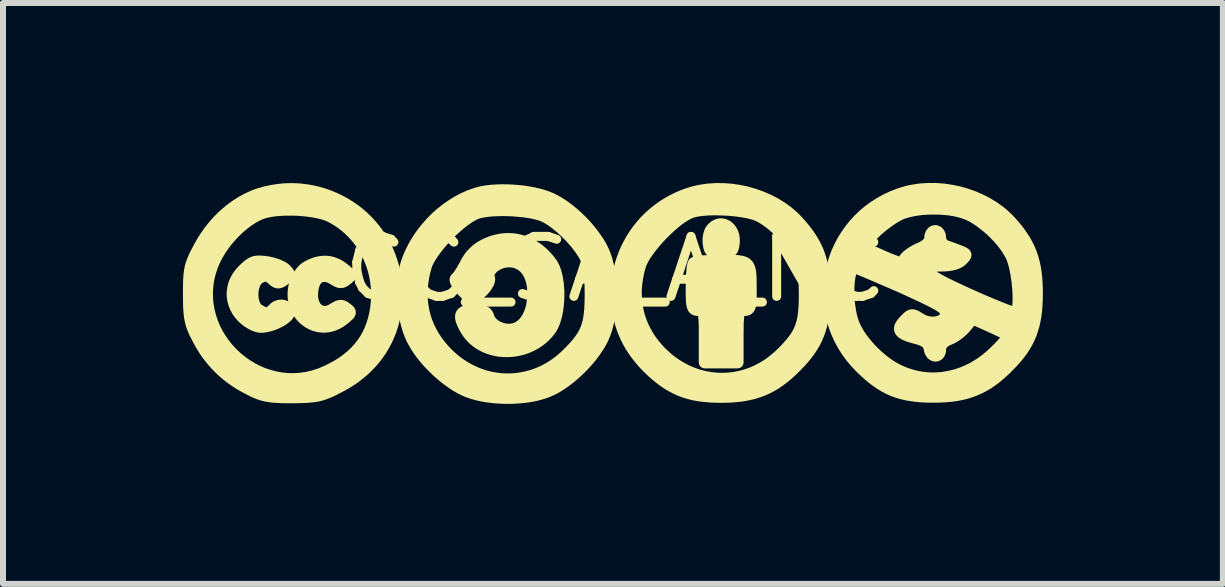
<source format=kicad_pcb>
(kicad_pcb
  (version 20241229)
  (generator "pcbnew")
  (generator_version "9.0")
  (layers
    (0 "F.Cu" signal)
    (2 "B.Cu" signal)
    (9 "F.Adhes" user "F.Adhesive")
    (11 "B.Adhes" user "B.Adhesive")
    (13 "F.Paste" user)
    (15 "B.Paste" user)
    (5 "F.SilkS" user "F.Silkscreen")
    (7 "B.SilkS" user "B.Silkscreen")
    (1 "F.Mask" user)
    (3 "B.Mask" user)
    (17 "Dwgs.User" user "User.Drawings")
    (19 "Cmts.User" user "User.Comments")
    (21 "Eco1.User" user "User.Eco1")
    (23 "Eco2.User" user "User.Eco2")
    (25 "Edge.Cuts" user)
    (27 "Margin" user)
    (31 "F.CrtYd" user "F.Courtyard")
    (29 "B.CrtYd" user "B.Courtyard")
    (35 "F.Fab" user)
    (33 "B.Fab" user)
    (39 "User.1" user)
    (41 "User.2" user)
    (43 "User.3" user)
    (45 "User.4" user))
  (footprint "CC_SA_A_NC"
    (layer "F.Cu")
    (at 7.207 1.936)
    (property "Reference" "CC_SA_A_NC" (at 0 -0.5 0) (unlocked yes) (layer "F.SilkS") (effects (font (size 1 1) (thickness 0.15))))
    (attr smd)
    (fp_poly (pts (xy 1.783 -1.245) (xy 1.799 -1.242) (xy 1.815 -1.238) (xy 1.83 -1.232) (xy 1.845 -1.225) (xy 1.86 -1.217) (xy 1.874 -1.207) (xy 1.888 -1.196) (xy 1.9 -1.184) (xy 1.912 -1.17) (xy 1.924 -1.156) (xy 1.934 -1.14) (xy 1.943 -1.123) (xy 1.952 -1.105) (xy 1.959 -1.086) (xy 1.965 -1.066) (xy 1.97 -1.045) (xy 1.973 -1.024) (xy 1.976 -1.001) (xy 1.976 -0.978) (xy 1.976 -0.954) (xy 1.974 -0.929) (xy 1.97 -0.905) (xy 1.967 -0.883) (xy 1.963 -0.864) (xy 1.958 -0.848) (xy 1.955 -0.84) (xy 1.952 -0.833) (xy 1.949 -0.827) (xy 1.945 -0.821) (xy 1.941 -0.815) (xy 1.937 -0.81) (xy 1.932 -0.806) (xy 1.927 -0.801) (xy 1.921 -0.798) (xy 1.915 -0.794) (xy 1.909 -0.791) (xy 1.902 -0.789) (xy 1.894 -0.786) (xy 1.886 -0.784) (xy 1.867 -0.781) (xy 1.846 -0.779) (xy 1.823 -0.777) (xy 1.796 -0.776) (xy 1.766 -0.776) (xy 1.736 -0.776) (xy 1.709 -0.777) (xy 1.685 -0.779) (xy 1.664 -0.781) (xy 1.655 -0.782) (xy 1.646 -0.784) (xy 1.638 -0.786) (xy 1.63 -0.789) (xy 1.623 -0.791) (xy 1.616 -0.794) (xy 1.61 -0.798) (xy 1.605 -0.801) (xy 1.599 -0.806) (xy 1.595 -0.81) (xy 1.59 -0.815) (xy 1.586 -0.821) (xy 1.583 -0.827) (xy 1.579 -0.833) (xy 1.576 -0.84) (xy 1.574 -0.848) (xy 1.571 -0.856) (xy 1.569 -0.864) (xy 1.565 -0.883) (xy 1.561 -0.905) (xy 1.558 -0.929) (xy 1.556 -0.946) (xy 1.555 -0.963) (xy 1.555 -0.98) (xy 1.556 -0.997) (xy 1.557 -1.014) (xy 1.559 -1.03) (xy 1.561 -1.047) (xy 1.564 -1.063) (xy 1.568 -1.079) (xy 1.572 -1.094) (xy 1.577 -1.108) (xy 1.582 -1.121) (xy 1.588 -1.134) (xy 1.594 -1.145) (xy 1.6 -1.155) (xy 1.607 -1.164) (xy 1.622 -1.181) (xy 1.637 -1.195) (xy 1.652 -1.208) (xy 1.668 -1.218) (xy 1.684 -1.227) (xy 1.701 -1.235) (xy 1.717 -1.24) (xy 1.734 -1.244) (xy 1.75 -1.246) (xy 1.767 -1.246)) (stroke (width 0.2) (type solid)) (fill yes) (layer "F.SilkS"))
    (fp_poly (pts (xy 1.932 -0.638) (xy 1.997 -0.636) (xy 2.053 -0.632) (xy 2.077 -0.628) (xy 2.1 -0.624) (xy 2.12 -0.619) (xy 2.139 -0.613) (xy 2.156 -0.606) (xy 2.171 -0.598) (xy 2.185 -0.588) (xy 2.197 -0.577) (xy 2.208 -0.565) (xy 2.217 -0.551) (xy 2.225 -0.535) (xy 2.232 -0.518) (xy 2.238 -0.499) (xy 2.243 -0.478) (xy 2.247 -0.455) (xy 2.25 -0.43) (xy 2.255 -0.373) (xy 2.257 -0.306) (xy 2.258 -0.142) (xy 2.258 -0.092) (xy 2.257 -0.047) (xy 2.256 -0.007) (xy 2.255 0.028) (xy 2.253 0.044) (xy 2.252 0.059) (xy 2.251 0.072) (xy 2.249 0.085) (xy 2.247 0.097) (xy 2.245 0.107) (xy 2.243 0.117) (xy 2.24 0.126) (xy 2.237 0.134) (xy 2.234 0.141) (xy 2.23 0.148) (xy 2.226 0.153) (xy 2.222 0.159) (xy 2.217 0.163) (xy 2.212 0.167) (xy 2.207 0.17) (xy 2.201 0.173) (xy 2.195 0.175) (xy 2.188 0.177) (xy 2.181 0.178) (xy 2.174 0.179) (xy 2.166 0.18) (xy 2.157 0.18) (xy 2.148 0.181) (xy 2.131 0.181) (xy 2.115 0.183) (xy 2.102 0.187) (xy 2.09 0.193) (xy 2.079 0.202) (xy 2.071 0.214) (xy 2.063 0.23) (xy 2.057 0.25) (xy 2.052 0.274) (xy 2.048 0.304) (xy 2.045 0.34) (xy 2.042 0.381) (xy 2.04 0.484) (xy 2.039 0.618) (xy 2.039 1.055) (xy 1.492 1.055) (xy 1.492 0.618) (xy 1.492 0.547) (xy 1.492 0.484) (xy 1.491 0.429) (xy 1.489 0.381) (xy 1.488 0.36) (xy 1.487 0.34) (xy 1.485 0.321) (xy 1.484 0.304) (xy 1.482 0.289) (xy 1.48 0.274) (xy 1.477 0.261) (xy 1.475 0.25) (xy 1.472 0.239) (xy 1.468 0.23) (xy 1.465 0.221) (xy 1.461 0.214) (xy 1.457 0.207) (xy 1.452 0.202) (xy 1.447 0.197) (xy 1.442 0.193) (xy 1.436 0.189) (xy 1.43 0.187) (xy 1.423 0.185) (xy 1.416 0.183) (xy 1.409 0.182) (xy 1.401 0.181) (xy 1.392 0.181) (xy 1.383 0.181) (xy 1.366 0.18) (xy 1.35 0.178) (xy 1.336 0.175) (xy 1.325 0.169) (xy 1.319 0.166) (xy 1.314 0.161) (xy 1.31 0.157) (xy 1.305 0.151) (xy 1.298 0.137) (xy 1.292 0.12) (xy 1.286 0.098) (xy 1.282 0.073) (xy 1.279 0.043) (xy 1.277 0.008) (xy 1.275 -0.033) (xy 1.274 -0.079) (xy 1.274 -0.191) (xy 1.275 -0.268) (xy 1.277 -0.341) (xy 1.28 -0.408) (xy 1.282 -0.439) (xy 1.285 -0.468) (xy 1.287 -0.495) (xy 1.29 -0.519) (xy 1.293 -0.541) (xy 1.297 -0.559) (xy 1.3 -0.575) (xy 1.304 -0.587) (xy 1.308 -0.596) (xy 1.31 -0.599) (xy 1.312 -0.601) (xy 1.317 -0.605) (xy 1.327 -0.609) (xy 1.34 -0.613) (xy 1.358 -0.616) (xy 1.403 -0.623) (xy 1.46 -0.629) (xy 1.527 -0.633) (xy 1.603 -0.637) (xy 1.685 -0.639) (xy 1.771 -0.639)) (stroke (width 0.2) (type solid)) (fill yes) (layer "F.SilkS"))
    (fp_poly (pts (xy -4.816 -0.622) (xy -4.798 -0.621) (xy -4.78 -0.619) (xy -4.762 -0.616) (xy -4.744 -0.612) (xy -4.708 -0.603) (xy -4.673 -0.59) (xy -4.639 -0.575) (xy -4.605 -0.557) (xy -4.571 -0.536) (xy -4.538 -0.511) (xy -4.514 -0.492) (xy -4.493 -0.475) (xy -4.475 -0.459) (xy -4.467 -0.452) (xy -4.46 -0.445) (xy -4.453 -0.439) (xy -4.447 -0.433) (xy -4.442 -0.427) (xy -4.438 -0.422) (xy -4.434 -0.417) (xy -4.431 -0.412) (xy -4.429 -0.407) (xy -4.427 -0.402) (xy -4.426 -0.398) (xy -4.425 -0.393) (xy -4.426 -0.389) (xy -4.426 -0.384) (xy -4.428 -0.38) (xy -4.43 -0.376) (xy -4.433 -0.371) (xy -4.436 -0.367) (xy -4.44 -0.362) (xy -4.444 -0.358) (xy -4.45 -0.353) (xy -4.455 -0.348) (xy -4.468 -0.337) (xy -4.484 -0.326) (xy -4.497 -0.315) (xy -4.511 -0.306) (xy -4.523 -0.299) (xy -4.529 -0.295) (xy -4.535 -0.293) (xy -4.541 -0.29) (xy -4.547 -0.288) (xy -4.553 -0.287) (xy -4.559 -0.285) (xy -4.565 -0.284) (xy -4.571 -0.284) (xy -4.577 -0.284) (xy -4.583 -0.284) (xy -4.589 -0.284) (xy -4.595 -0.285) (xy -4.601 -0.287) (xy -4.608 -0.288) (xy -4.614 -0.29) (xy -4.621 -0.293) (xy -4.635 -0.299) (xy -4.65 -0.306) (xy -4.666 -0.315) (xy -4.683 -0.325) (xy -4.702 -0.337) (xy -4.717 -0.345) (xy -4.731 -0.353) (xy -4.745 -0.36) (xy -4.759 -0.367) (xy -4.772 -0.372) (xy -4.786 -0.376) (xy -4.8 -0.38) (xy -4.813 -0.383) (xy -4.826 -0.385) (xy -4.839 -0.386) (xy -4.851 -0.387) (xy -4.863 -0.386) (xy -4.876 -0.385) (xy -4.887 -0.383) (xy -4.899 -0.38) (xy -4.91 -0.377) (xy -4.921 -0.372) (xy -4.931 -0.367) (xy -4.941 -0.361) (xy -4.951 -0.355) (xy -4.961 -0.347) (xy -4.97 -0.339) (xy -4.978 -0.33) (xy -4.987 -0.32) (xy -4.994 -0.31) (xy -5.002 -0.299) (xy -5.009 -0.287) (xy -5.015 -0.274) (xy -5.021 -0.261) (xy -5.026 -0.247) (xy -5.031 -0.232) (xy -5.036 -0.216) (xy -5.043 -0.187) (xy -5.048 -0.158) (xy -5.052 -0.13) (xy -5.054 -0.103) (xy -5.055 -0.076) (xy -5.055 -0.051) (xy -5.053 -0.026) (xy -5.05 -0.002) (xy -5.045 0.021) (xy -5.04 0.043) (xy -5.033 0.063) (xy -5.025 0.083) (xy -5.016 0.102) (xy -5.006 0.119) (xy -4.996 0.135) (xy -4.984 0.149) (xy -4.971 0.163) (xy -4.957 0.174) (xy -4.943 0.185) (xy -4.928 0.194) (xy -4.912 0.201) (xy -4.895 0.207) (xy -4.878 0.211) (xy -4.86 0.213) (xy -4.842 0.214) (xy -4.823 0.213) (xy -4.804 0.21) (xy -4.784 0.205) (xy -4.764 0.199) (xy -4.744 0.19) (xy -4.723 0.179) (xy -4.702 0.166) (xy -4.683 0.155) (xy -4.666 0.145) (xy -4.65 0.136) (xy -4.635 0.129) (xy -4.628 0.125) (xy -4.621 0.123) (xy -4.614 0.12) (xy -4.608 0.118) (xy -4.601 0.117) (xy -4.595 0.115) (xy -4.589 0.114) (xy -4.583 0.114) (xy -4.577 0.114) (xy -4.571 0.114) (xy -4.565 0.114) (xy -4.559 0.115) (xy -4.553 0.117) (xy -4.547 0.118) (xy -4.541 0.12) (xy -4.535 0.123) (xy -4.529 0.125) (xy -4.523 0.129) (xy -4.517 0.132) (xy -4.511 0.136) (xy -4.497 0.145) (xy -4.484 0.155) (xy -4.468 0.167) (xy -4.455 0.178) (xy -4.444 0.188) (xy -4.44 0.192) (xy -4.436 0.197) (xy -4.433 0.201) (xy -4.43 0.206) (xy -4.428 0.21) (xy -4.426 0.214) (xy -4.426 0.219) (xy -4.425 0.223) (xy -4.426 0.227) (xy -4.427 0.232) (xy -4.429 0.237) (xy -4.431 0.242) (xy -4.434 0.247) (xy -4.438 0.252) (xy -4.442 0.257) (xy -4.447 0.263) (xy -4.46 0.275) (xy -4.475 0.289) (xy -4.493 0.305) (xy -4.514 0.322) (xy -4.538 0.341) (xy -4.577 0.37) (xy -4.617 0.394) (xy -4.658 0.415) (xy -4.698 0.431) (xy -4.739 0.444) (xy -4.779 0.453) (xy -4.82 0.458) (xy -4.86 0.46) (xy -4.899 0.458) (xy -4.938 0.453) (xy -4.976 0.445) (xy -5.014 0.434) (xy -5.05 0.419) (xy -5.085 0.402) (xy -5.118 0.383) (xy -5.15 0.36) (xy -5.181 0.336) (xy -5.209 0.308) (xy -5.236 0.279) (xy -5.261 0.247) (xy -5.283 0.214) (xy -5.303 0.178) (xy -5.32 0.141) (xy -5.335 0.102) (xy -5.346 0.061) (xy -5.355 0.019) (xy -5.361 -0.025) (xy -5.363 -0.07) (xy -5.362 -0.116) (xy -5.357 -0.163) (xy -5.349 -0.211) (xy -5.336 -0.26) (xy -5.328 -0.284) (xy -5.318 -0.308) (xy -5.308 -0.331) (xy -5.298 -0.353) (xy -5.286 -0.374) (xy -5.274 -0.395) (xy -5.261 -0.414) (xy -5.248 -0.433) (xy -5.234 -0.451) (xy -5.22 -0.467) (xy -5.205 -0.483) (xy -5.19 -0.498) (xy -5.174 -0.511) (xy -5.157 -0.523) (xy -5.14 -0.534) (xy -5.123 -0.544) (xy -5.083 -0.564) (xy -5.044 -0.581) (xy -5.005 -0.596) (xy -4.966 -0.607) (xy -4.928 -0.615) (xy -4.891 -0.62) (xy -4.853 -0.623)) (stroke (width 0.2) (type solid)) (fill yes) (layer "F.SilkS"))
    (fp_poly (pts (xy -1.795 -1.813) (xy -1.708 -1.809) (xy -1.621 -1.802) (xy -1.534 -1.793) (xy -1.45 -1.78) (xy -1.367 -1.765) (xy -1.289 -1.747) (xy -1.215 -1.727) (xy -1.146 -1.704) (xy -1.083 -1.679) (xy -1.02 -1.649) (xy -0.957 -1.614) (xy -0.893 -1.574) (xy -0.828 -1.529) (xy -0.764 -1.48) (xy -0.7 -1.427) (xy -0.638 -1.372) (xy -0.577 -1.313) (xy -0.518 -1.252) (xy -0.462 -1.19) (xy -0.409 -1.126) (xy -0.359 -1.061) (xy -0.313 -0.996) (xy -0.271 -0.932) (xy -0.234 -0.867) (xy -0.203 -0.804) (xy -0.173 -0.732) (xy -0.147 -0.653) (xy -0.125 -0.568) (xy -0.107 -0.477) (xy -0.093 -0.382) (xy -0.083 -0.284) (xy -0.078 -0.184) (xy -0.076 -0.082) (xy -0.078 0.019) (xy -0.083 0.119) (xy -0.093 0.217) (xy -0.107 0.312) (xy -0.125 0.403) (xy -0.147 0.488) (xy -0.173 0.567) (xy -0.203 0.639) (xy -0.233 0.701) (xy -0.269 0.765) (xy -0.311 0.829) (xy -0.356 0.894) (xy -0.406 0.959) (xy -0.459 1.023) (xy -0.516 1.086) (xy -0.575 1.147) (xy -0.636 1.206) (xy -0.699 1.262) (xy -0.763 1.316) (xy -0.828 1.366) (xy -0.892 1.411) (xy -0.957 1.452) (xy -1.02 1.489) (xy -1.083 1.519) (xy -1.157 1.55) (xy -1.238 1.576) (xy -1.325 1.599) (xy -1.417 1.617) (xy -1.512 1.631) (xy -1.61 1.64) (xy -1.71 1.646) (xy -1.811 1.647) (xy -1.912 1.644) (xy -2.012 1.637) (xy -2.109 1.626) (xy -2.204 1.611) (xy -2.294 1.591) (xy -2.379 1.568) (xy -2.459 1.54) (xy -2.531 1.508) (xy -2.594 1.475) (xy -2.658 1.438) (xy -2.721 1.396) (xy -2.785 1.351) (xy -2.847 1.303) (xy -2.909 1.251) (xy -2.969 1.198) (xy -3.028 1.141) (xy -3.085 1.083) (xy -3.139 1.024) (xy -3.19 0.963) (xy -3.238 0.902) (xy -3.282 0.84) (xy -3.322 0.778) (xy -3.358 0.716) (xy -3.39 0.656) (xy -3.416 0.596) (xy -3.44 0.532) (xy -3.462 0.464) (xy -3.481 0.394) (xy -3.498 0.32) (xy -3.512 0.245) (xy -3.524 0.168) (xy -3.533 0.09) (xy -3.539 0.012) (xy -3.543 -0.066) (xy -3.543 -0.068) (xy -3.229 -0.068) (xy -3.224 0.024) (xy -3.214 0.113) (xy -3.198 0.202) (xy -3.176 0.289) (xy -3.149 0.374) (xy -3.115 0.457) (xy -3.075 0.539) (xy -3.03 0.619) (xy -2.979 0.697) (xy -2.922 0.773) (xy -2.859 0.847) (xy -2.805 0.904) (xy -2.749 0.958) (xy -2.691 1.008) (xy -2.632 1.055) (xy -2.571 1.098) (xy -2.509 1.137) (xy -2.445 1.174) (xy -2.38 1.206) (xy -2.315 1.235) (xy -2.248 1.261) (xy -2.181 1.283) (xy -2.113 1.301) (xy -2.044 1.316) (xy -1.975 1.327) (xy -1.906 1.335) (xy -1.836 1.339) (xy -1.767 1.339) (xy -1.697 1.336) (xy -1.628 1.33) (xy -1.559 1.319) (xy -1.49 1.305) (xy -1.422 1.288) (xy -1.354 1.267) (xy -1.287 1.242) (xy -1.221 1.214) (xy -1.156 1.182) (xy -1.092 1.146) (xy -1.03 1.107) (xy -0.968 1.063) (xy -0.908 1.017) (xy -0.85 0.966) (xy -0.793 0.912) (xy -0.736 0.854) (xy -0.684 0.799) (xy -0.638 0.746) (xy -0.597 0.695) (xy -0.561 0.644) (xy -0.53 0.594) (xy -0.503 0.543) (xy -0.481 0.491) (xy -0.462 0.436) (xy -0.446 0.378) (xy -0.434 0.316) (xy -0.425 0.249) (xy -0.418 0.177) (xy -0.414 0.098) (xy -0.411 0.012) (xy -0.41 -0.082) (xy -0.411 -0.144) (xy -0.412 -0.202) (xy -0.413 -0.257) (xy -0.416 -0.308) (xy -0.419 -0.356) (xy -0.423 -0.401) (xy -0.427 -0.443) (xy -0.433 -0.482) (xy -0.439 -0.519) (xy -0.446 -0.554) (xy -0.454 -0.586) (xy -0.463 -0.617) (xy -0.473 -0.645) (xy -0.484 -0.672) (xy -0.496 -0.698) (xy -0.509 -0.722) (xy -0.534 -0.766) (xy -0.564 -0.811) (xy -0.597 -0.857) (xy -0.633 -0.904) (xy -0.671 -0.952) (xy -0.712 -0.998) (xy -0.755 -1.045) (xy -0.8 -1.09) (xy -0.845 -1.134) (xy -0.892 -1.177) (xy -0.939 -1.217) (xy -0.985 -1.255) (xy -1.032 -1.29) (xy -1.077 -1.321) (xy -1.122 -1.349) (xy -1.165 -1.373) (xy -1.21 -1.393) (xy -1.264 -1.412) (xy -1.326 -1.428) (xy -1.395 -1.443) (xy -1.469 -1.455) (xy -1.547 -1.465) (xy -1.629 -1.473) (xy -1.712 -1.479) (xy -1.796 -1.483) (xy -1.879 -1.484) (xy -1.961 -1.482) (xy -2.039 -1.479) (xy -2.113 -1.472) (xy -2.181 -1.464) (xy -2.243 -1.452) (xy -2.296 -1.438) (xy -2.323 -1.428) (xy -2.35 -1.416) (xy -2.409 -1.384) (xy -2.47 -1.345) (xy -2.535 -1.298) (xy -2.601 -1.245) (xy -2.668 -1.187) (xy -2.735 -1.125) (xy -2.8 -1.06) (xy -2.863 -0.992) (xy -2.923 -0.923) (xy -2.978 -0.854) (xy -3.029 -0.786) (xy -3.073 -0.72) (xy -3.111 -0.656) (xy -3.14 -0.597) (xy -3.151 -0.568) (xy -3.16 -0.542) (xy -3.186 -0.445) (xy -3.205 -0.349) (xy -3.219 -0.254) (xy -3.227 -0.16) (xy -3.229 -0.068) (xy -3.543 -0.068) (xy -3.544 -0.144) (xy -3.542 -0.22) (xy -3.537 -0.295) (xy -3.529 -0.367) (xy -3.518 -0.437) (xy -3.504 -0.503) (xy -3.475 -0.606) (xy -3.437 -0.709) (xy -3.392 -0.809) (xy -3.34 -0.907) (xy -3.281 -1.003) (xy -3.217 -1.096) (xy -3.146 -1.185) (xy -3.07 -1.271) (xy -2.99 -1.352) (xy -2.905 -1.428) (xy -2.816 -1.499) (xy -2.724 -1.563) (xy -2.629 -1.622) (xy -2.531 -1.674) (xy -2.431 -1.718) (xy -2.329 -1.755) (xy -2.267 -1.773) (xy -2.199 -1.788) (xy -2.126 -1.799) (xy -2.047 -1.807) (xy -1.966 -1.812) (xy -1.881 -1.814)) (stroke (width 0.2) (type solid)) (fill yes) (layer "F.SilkS"))
    (fp_poly (pts (xy 1.805 -1.833) (xy 1.934 -1.824) (xy 2.062 -1.805) (xy 2.188 -1.779) (xy 2.312 -1.743) (xy 2.434 -1.7) (xy 2.551 -1.649) (xy 2.664 -1.591) (xy 2.771 -1.525) (xy 2.872 -1.452) (xy 2.919 -1.412) (xy 2.965 -1.371) (xy 3.009 -1.329) (xy 3.05 -1.285) (xy 3.109 -1.218) (xy 3.163 -1.152) (xy 3.213 -1.086) (xy 3.257 -1.021) (xy 3.297 -0.956) (xy 3.333 -0.89) (xy 3.365 -0.823) (xy 3.392 -0.754) (xy 3.416 -0.683) (xy 3.436 -0.61) (xy 3.452 -0.534) (xy 3.466 -0.454) (xy 3.475 -0.371) (xy 3.482 -0.283) (xy 3.486 -0.19) (xy 3.488 -0.093) (xy 3.486 0.009) (xy 3.482 0.105) (xy 3.474 0.196) (xy 3.463 0.282) (xy 3.449 0.364) (xy 3.431 0.443) (xy 3.409 0.518) (xy 3.383 0.59) (xy 3.353 0.66) (xy 3.319 0.728) (xy 3.28 0.794) (xy 3.236 0.86) (xy 3.188 0.925) (xy 3.135 0.989) (xy 3.076 1.055) (xy 3.012 1.121) (xy 2.943 1.189) (xy 2.875 1.251) (xy 2.806 1.308) (xy 2.738 1.359) (xy 2.67 1.406) (xy 2.6 1.447) (xy 2.529 1.484) (xy 2.457 1.516) (xy 2.382 1.544) (xy 2.305 1.568) (xy 2.225 1.587) (xy 2.141 1.603) (xy 2.054 1.615) (xy 1.963 1.623) (xy 1.867 1.628) (xy 1.766 1.629) (xy 1.665 1.628) (xy 1.57 1.623) (xy 1.48 1.615) (xy 1.394 1.604) (xy 1.312 1.589) (xy 1.233 1.57) (xy 1.158 1.547) (xy 1.085 1.52) (xy 1.014 1.488) (xy 0.945 1.452) (xy 0.877 1.412) (xy 0.809 1.366) (xy 0.742 1.316) (xy 0.674 1.26) (xy 0.606 1.199) (xy 0.536 1.132) (xy 0.481 1.074) (xy 0.429 1.015) (xy 0.381 0.955) (xy 0.335 0.895) (xy 0.293 0.833) (xy 0.253 0.77) (xy 0.217 0.706) (xy 0.184 0.64) (xy 0.154 0.574) (xy 0.127 0.506) (xy 0.104 0.437) (xy 0.083 0.367) (xy 0.066 0.295) (xy 0.052 0.222) (xy 0.041 0.147) (xy 0.033 0.071) (xy 0.027 -0.004) (xy 0.025 -0.078) (xy 0.342 -0.078) (xy 0.346 0.013) (xy 0.356 0.103) (xy 0.372 0.191) (xy 0.394 0.278) (xy 0.422 0.364) (xy 0.455 0.447) (xy 0.495 0.529) (xy 0.54 0.609) (xy 0.591 0.687) (xy 0.648 0.763) (xy 0.711 0.837) (xy 0.765 0.894) (xy 0.821 0.947) (xy 0.879 0.998) (xy 0.938 1.044) (xy 0.999 1.087) (xy 1.061 1.127) (xy 1.125 1.163) (xy 1.19 1.196) (xy 1.255 1.225) (xy 1.322 1.25) (xy 1.389 1.272) (xy 1.457 1.291) (xy 1.526 1.305) (xy 1.595 1.317) (xy 1.664 1.324) (xy 1.734 1.329) (xy 1.803 1.329) (xy 1.873 1.326) (xy 1.942 1.319) (xy 2.011 1.309) (xy 2.08 1.295) (xy 2.148 1.278) (xy 2.216 1.256) (xy 2.283 1.232) (xy 2.349 1.203) (xy 2.414 1.171) (xy 2.478 1.136) (xy 2.541 1.096) (xy 2.602 1.053) (xy 2.662 1.006) (xy 2.72 0.956) (xy 2.777 0.902) (xy 2.835 0.844) (xy 2.886 0.788) (xy 2.932 0.736) (xy 2.973 0.684) (xy 3.009 0.634) (xy 3.04 0.584) (xy 3.067 0.533) (xy 3.089 0.481) (xy 3.108 0.426) (xy 3.124 0.368) (xy 3.136 0.306) (xy 3.145 0.239) (xy 3.152 0.166) (xy 3.157 0.087) (xy 3.159 0.001) (xy 3.16 -0.093) (xy 3.159 -0.154) (xy 3.158 -0.212) (xy 3.157 -0.267) (xy 3.154 -0.318) (xy 3.151 -0.366) (xy 3.147 -0.411) (xy 3.143 -0.453) (xy 3.137 -0.493) (xy 3.131 -0.529) (xy 3.124 -0.564) (xy 3.116 -0.597) (xy 3.107 -0.627) (xy 3.097 -0.656) (xy 3.086 -0.683) (xy 3.074 -0.708) (xy 3.061 -0.732) (xy 3.036 -0.776) (xy 3.006 -0.822) (xy 2.973 -0.868) (xy 2.937 -0.915) (xy 2.899 -0.962) (xy 2.858 -1.009) (xy 2.815 -1.055) (xy 2.77 -1.101) (xy 2.725 -1.145) (xy 2.678 -1.187) (xy 2.632 -1.227) (xy 2.585 -1.265) (xy 2.538 -1.3) (xy 2.493 -1.331) (xy 2.448 -1.359) (xy 2.405 -1.383) (xy 2.361 -1.403) (xy 2.308 -1.421) (xy 2.247 -1.437) (xy 2.179 -1.452) (xy 2.105 -1.464) (xy 2.027 -1.475) (xy 1.946 -1.484) (xy 1.863 -1.49) (xy 1.779 -1.494) (xy 1.696 -1.496) (xy 1.615 -1.496) (xy 1.537 -1.493) (xy 1.463 -1.487) (xy 1.394 -1.479) (xy 1.333 -1.468) (xy 1.279 -1.454) (xy 1.254 -1.445) (xy 1.227 -1.433) (xy 1.17 -1.403) (xy 1.109 -1.364) (xy 1.044 -1.318) (xy 0.978 -1.265) (xy 0.911 -1.206) (xy 0.843 -1.143) (xy 0.777 -1.077) (xy 0.713 -1.008) (xy 0.652 -0.938) (xy 0.595 -0.868) (xy 0.544 -0.799) (xy 0.498 -0.732) (xy 0.46 -0.667) (xy 0.43 -0.607) (xy 0.419 -0.579) (xy 0.41 -0.552) (xy 0.384 -0.455) (xy 0.365 -0.359) (xy 0.351 -0.264) (xy 0.343 -0.171) (xy 0.342 -0.078) (xy 0.025 -0.078) (xy 0.025 -0.079) (xy 0.026 -0.153) (xy 0.03 -0.227) (xy 0.036 -0.299) (xy 0.046 -0.372) (xy 0.059 -0.443) (xy 0.075 -0.514) (xy 0.093 -0.583) (xy 0.115 -0.652) (xy 0.139 -0.719) (xy 0.165 -0.786) (xy 0.195 -0.851) (xy 0.227 -0.914) (xy 0.261 -0.976) (xy 0.298 -1.037) (xy 0.337 -1.096) (xy 0.379 -1.154) (xy 0.423 -1.21) (xy 0.47 -1.264) (xy 0.518 -1.316) (xy 0.569 -1.366) (xy 0.622 -1.414) (xy 0.677 -1.46) (xy 0.734 -1.504) (xy 0.793 -1.546) (xy 0.854 -1.585) (xy 0.917 -1.622) (xy 0.982 -1.656) (xy 1.048 -1.688) (xy 1.116 -1.717) (xy 1.186 -1.744) (xy 1.245 -1.763) (xy 1.304 -1.781) (xy 1.365 -1.796) (xy 1.426 -1.808) (xy 1.551 -1.826) (xy 1.677 -1.834)) (stroke (width 0.2) (type solid)) (fill yes) (layer "F.SilkS"))
    (fp_poly (pts (xy -5.909 -0.625) (xy -5.879 -0.623) (xy -5.847 -0.62) (xy -5.812 -0.615) (xy -5.789 -0.612) (xy -5.766 -0.607) (xy -5.743 -0.602) (xy -5.719 -0.597) (xy -5.696 -0.59) (xy -5.673 -0.583) (xy -5.651 -0.575) (xy -5.629 -0.567) (xy -5.609 -0.559) (xy -5.589 -0.55) (xy -5.57 -0.541) (xy -5.553 -0.532) (xy -5.537 -0.523) (xy -5.523 -0.514) (xy -5.511 -0.504) (xy -5.5 -0.495) (xy -5.486 -0.48) (xy -5.474 -0.467) (xy -5.468 -0.461) (xy -5.463 -0.455) (xy -5.459 -0.45) (xy -5.455 -0.445) (xy -5.452 -0.44) (xy -5.449 -0.435) (xy -5.447 -0.43) (xy -5.445 -0.426) (xy -5.444 -0.421) (xy -5.443 -0.417) (xy -5.443 -0.412) (xy -5.443 -0.408) (xy -5.444 -0.404) (xy -5.445 -0.4) (xy -5.447 -0.396) (xy -5.449 -0.391) (xy -5.452 -0.387) (xy -5.455 -0.382) (xy -5.459 -0.378) (xy -5.463 -0.373) (xy -5.468 -0.368) (xy -5.474 -0.363) (xy -5.486 -0.351) (xy -5.5 -0.339) (xy -5.517 -0.326) (xy -5.533 -0.314) (xy -5.549 -0.304) (xy -5.563 -0.296) (xy -5.57 -0.292) (xy -5.576 -0.289) (xy -5.582 -0.286) (xy -5.588 -0.284) (xy -5.594 -0.282) (xy -5.6 -0.28) (xy -5.606 -0.279) (xy -5.611 -0.278) (xy -5.617 -0.278) (xy -5.622 -0.278) (xy -5.627 -0.278) (xy -5.633 -0.279) (xy -5.638 -0.28) (xy -5.643 -0.282) (xy -5.649 -0.284) (xy -5.654 -0.287) (xy -5.66 -0.29) (xy -5.666 -0.293) (xy -5.672 -0.297) (xy -5.678 -0.301) (xy -5.691 -0.311) (xy -5.704 -0.323) (xy -5.719 -0.337) (xy -5.733 -0.348) (xy -5.746 -0.358) (xy -5.759 -0.367) (xy -5.771 -0.375) (xy -5.777 -0.378) (xy -5.783 -0.381) (xy -5.789 -0.383) (xy -5.795 -0.385) (xy -5.801 -0.387) (xy -5.807 -0.389) (xy -5.813 -0.39) (xy -5.819 -0.39) (xy -5.825 -0.391) (xy -5.831 -0.391) (xy -5.837 -0.391) (xy -5.843 -0.39) (xy -5.849 -0.39) (xy -5.855 -0.388) (xy -5.862 -0.387) (xy -5.868 -0.385) (xy -5.882 -0.38) (xy -5.896 -0.374) (xy -5.911 -0.367) (xy -5.927 -0.358) (xy -5.941 -0.35) (xy -5.955 -0.34) (xy -5.967 -0.328) (xy -5.979 -0.315) (xy -5.99 -0.3) (xy -6 -0.284) (xy -6.009 -0.268) (xy -6.017 -0.25) (xy -6.024 -0.231) (xy -6.03 -0.212) (xy -6.036 -0.192) (xy -6.04 -0.171) (xy -6.044 -0.15) (xy -6.046 -0.128) (xy -6.049 -0.085) (xy -6.048 -0.042) (xy -6.046 -0.02) (xy -6.043 0.001) (xy -6.04 0.022) (xy -6.035 0.042) (xy -6.029 0.061) (xy -6.023 0.08) (xy -6.015 0.098) (xy -6.007 0.114) (xy -5.998 0.13) (xy -5.988 0.145) (xy -5.977 0.158) (xy -5.964 0.17) (xy -5.952 0.18) (xy -5.938 0.188) (xy -5.913 0.201) (xy -5.892 0.212) (xy -5.873 0.221) (xy -5.864 0.224) (xy -5.855 0.228) (xy -5.847 0.231) (xy -5.84 0.233) (xy -5.833 0.235) (xy -5.826 0.237) (xy -5.819 0.238) (xy -5.813 0.238) (xy -5.806 0.239) (xy -5.8 0.238) (xy -5.794 0.237) (xy -5.788 0.236) (xy -5.783 0.234) (xy -5.777 0.232) (xy -5.771 0.229) (xy -5.765 0.225) (xy -5.759 0.221) (xy -5.752 0.217) (xy -5.746 0.212) (xy -5.739 0.206) (xy -5.725 0.193) (xy -5.709 0.178) (xy -5.692 0.161) (xy -5.683 0.153) (xy -5.674 0.145) (xy -5.665 0.138) (xy -5.656 0.132) (xy -5.646 0.127) (xy -5.636 0.122) (xy -5.626 0.118) (xy -5.615 0.115) (xy -5.605 0.112) (xy -5.595 0.111) (xy -5.584 0.109) (xy -5.574 0.109) (xy -5.563 0.109) (xy -5.553 0.11) (xy -5.543 0.111) (xy -5.533 0.113) (xy -5.524 0.116) (xy -5.514 0.119) (xy -5.505 0.123) (xy -5.497 0.127) (xy -5.489 0.132) (xy -5.481 0.138) (xy -5.474 0.144) (xy -5.467 0.15) (xy -5.461 0.157) (xy -5.456 0.165) (xy -5.451 0.173) (xy -5.447 0.182) (xy -5.444 0.191) (xy -5.442 0.2) (xy -5.441 0.211) (xy -5.44 0.221) (xy -5.441 0.23) (xy -5.443 0.239) (xy -5.447 0.248) (xy -5.453 0.258) (xy -5.459 0.268) (xy -5.467 0.278) (xy -5.487 0.298) (xy -5.511 0.318) (xy -5.538 0.338) (xy -5.569 0.358) (xy -5.603 0.376) (xy -5.639 0.394) (xy -5.676 0.41) (xy -5.715 0.425) (xy -5.754 0.437) (xy -5.793 0.447) (xy -5.832 0.455) (xy -5.869 0.46) (xy -5.905 0.462) (xy -5.922 0.461) (xy -5.939 0.459) (xy -5.957 0.455) (xy -5.976 0.45) (xy -5.995 0.444) (xy -6.014 0.436) (xy -6.034 0.427) (xy -6.054 0.417) (xy -6.074 0.406) (xy -6.094 0.394) (xy -6.114 0.381) (xy -6.134 0.367) (xy -6.154 0.352) (xy -6.173 0.337) (xy -6.192 0.32) (xy -6.211 0.303) (xy -6.231 0.281) (xy -6.25 0.259) (xy -6.268 0.236) (xy -6.285 0.213) (xy -6.3 0.189) (xy -6.313 0.165) (xy -6.326 0.141) (xy -6.337 0.116) (xy -6.347 0.091) (xy -6.355 0.066) (xy -6.362 0.041) (xy -6.368 0.015) (xy -6.373 -0.01) (xy -6.376 -0.036) (xy -6.378 -0.062) (xy -6.378 -0.088) (xy -6.378 -0.114) (xy -6.375 -0.139) (xy -6.372 -0.165) (xy -6.367 -0.191) (xy -6.361 -0.216) (xy -6.354 -0.242) (xy -6.345 -0.267) (xy -6.335 -0.292) (xy -6.323 -0.317) (xy -6.31 -0.341) (xy -6.296 -0.365) (xy -6.281 -0.389) (xy -6.264 -0.412) (xy -6.246 -0.435) (xy -6.226 -0.457) (xy -6.206 -0.479) (xy -6.179 -0.505) (xy -6.154 -0.528) (xy -6.131 -0.548) (xy -6.109 -0.566) (xy -6.088 -0.581) (xy -6.068 -0.594) (xy -6.058 -0.599) (xy -6.048 -0.604) (xy -6.037 -0.609) (xy -6.027 -0.613) (xy -6.017 -0.616) (xy -6.006 -0.619) (xy -5.995 -0.621) (xy -5.984 -0.623) (xy -5.961 -0.625) (xy -5.936 -0.626)) (stroke (width 0.2) (type solid)) (fill yes) (layer "F.SilkS"))
    (fp_poly (pts (xy -5.329 -1.832) (xy -5.231 -1.825) (xy -5.134 -1.812) (xy -5.038 -1.795) (xy -4.944 -1.772) (xy -4.851 -1.745) (xy -4.761 -1.712) (xy -4.672 -1.675) (xy -4.586 -1.633) (xy -4.502 -1.587) (xy -4.421 -1.536) (xy -4.343 -1.482) (xy -4.268 -1.423) (xy -4.197 -1.36) (xy -4.128 -1.293) (xy -4.064 -1.222) (xy -4.003 -1.148) (xy -3.947 -1.071) (xy -3.894 -0.99) (xy -3.846 -0.906) (xy -3.803 -0.818) (xy -3.765 -0.728) (xy -3.732 -0.635) (xy -3.703 -0.54) (xy -3.681 -0.442) (xy -3.664 -0.341) (xy -3.653 -0.238) (xy -3.648 -0.17) (xy -3.646 -0.103) (xy -3.646 -0.037) (xy -3.648 0.029) (xy -3.653 0.094) (xy -3.66 0.158) (xy -3.669 0.221) (xy -3.68 0.283) (xy -3.693 0.345) (xy -3.709 0.405) (xy -3.727 0.465) (xy -3.747 0.523) (xy -3.769 0.581) (xy -3.793 0.637) (xy -3.819 0.693) (xy -3.847 0.747) (xy -3.878 0.8) (xy -3.91 0.853) (xy -3.945 0.903) (xy -3.981 0.953) (xy -4.02 1.002) (xy -4.06 1.049) (xy -4.103 1.095) (xy -4.147 1.139) (xy -4.193 1.183) (xy -4.242 1.225) (xy -4.292 1.265) (xy -4.344 1.304) (xy -4.398 1.342) (xy -4.454 1.378) (xy -4.511 1.413) (xy -4.571 1.446) (xy -4.68 1.502) (xy -4.727 1.526) (xy -4.772 1.546) (xy -4.815 1.564) (xy -4.856 1.579) (xy -4.896 1.592) (xy -4.937 1.603) (xy -4.98 1.612) (xy -5.024 1.619) (xy -5.072 1.624) (xy -5.123 1.629) (xy -5.179 1.632) (xy -5.241 1.634) (xy -5.386 1.637) (xy -5.458 1.637) (xy -5.524 1.636) (xy -5.584 1.634) (xy -5.639 1.631) (xy -5.689 1.628) (xy -5.735 1.623) (xy -5.779 1.617) (xy -5.819 1.61) (xy -5.858 1.601) (xy -5.896 1.59) (xy -5.933 1.577) (xy -5.971 1.563) (xy -6.009 1.547) (xy -6.048 1.528) (xy -6.09 1.507) (xy -6.134 1.484) (xy -6.201 1.448) (xy -6.266 1.41) (xy -6.328 1.37) (xy -6.389 1.328) (xy -6.447 1.284) (xy -6.503 1.238) (xy -6.558 1.19) (xy -6.61 1.139) (xy -6.66 1.087) (xy -6.708 1.033) (xy -6.755 0.976) (xy -6.799 0.918) (xy -6.841 0.858) (xy -6.881 0.795) (xy -6.919 0.73) (xy -6.954 0.664) (xy -6.999 0.577) (xy -7.017 0.538) (xy -7.034 0.499) (xy -7.048 0.462) (xy -7.061 0.424) (xy -7.071 0.386) (xy -7.08 0.347) (xy -7.088 0.306) (xy -7.094 0.262) (xy -7.098 0.216) (xy -7.102 0.166) (xy -7.105 0.111) (xy -7.106 0.052) (xy -7.107 -0.085) (xy -7.107 -0.118) (xy -6.807 -0.118) (xy -6.806 -0.012) (xy -6.796 0.092) (xy -6.778 0.195) (xy -6.752 0.295) (xy -6.719 0.393) (xy -6.679 0.489) (xy -6.632 0.58) (xy -6.578 0.669) (xy -6.519 0.753) (xy -6.454 0.833) (xy -6.383 0.909) (xy -6.308 0.979) (xy -6.228 1.044) (xy -6.143 1.104) (xy -6.055 1.157) (xy -5.963 1.204) (xy -5.868 1.245) (xy -5.769 1.278) (xy -5.669 1.304) (xy -5.566 1.323) (xy -5.461 1.333) (xy -5.354 1.335) (xy -5.247 1.328) (xy -5.138 1.312) (xy -5.029 1.286) (xy -4.92 1.251) (xy -4.812 1.205) (xy -4.716 1.158) (xy -4.627 1.109) (xy -4.543 1.056) (xy -4.466 0.999) (xy -4.394 0.94) (xy -4.328 0.877) (xy -4.268 0.81) (xy -4.213 0.74) (xy -4.164 0.667) (xy -4.121 0.59) (xy -4.083 0.509) (xy -4.051 0.424) (xy -4.024 0.335) (xy -4.002 0.243) (xy -3.986 0.147) (xy -3.975 0.046) (xy -3.972 -0.01) (xy -3.971 -0.066) (xy -3.972 -0.121) (xy -3.974 -0.177) (xy -3.979 -0.231) (xy -3.986 -0.285) (xy -3.994 -0.339) (xy -4.004 -0.392) (xy -4.016 -0.444) (xy -4.03 -0.496) (xy -4.045 -0.547) (xy -4.063 -0.597) (xy -4.082 -0.647) (xy -4.102 -0.695) (xy -4.125 -0.743) (xy -4.149 -0.79) (xy -4.174 -0.835) (xy -4.202 -0.88) (xy -4.231 -0.924) (xy -4.261 -0.966) (xy -4.293 -1.008) (xy -4.326 -1.048) (xy -4.361 -1.087) (xy -4.398 -1.125) (xy -4.436 -1.161) (xy -4.475 -1.196) (xy -4.516 -1.23) (xy -4.558 -1.262) (xy -4.602 -1.293) (xy -4.647 -1.322) (xy -4.693 -1.349) (xy -4.74 -1.375) (xy -4.79 -1.398) (xy -4.848 -1.418) (xy -4.913 -1.436) (xy -4.985 -1.451) (xy -5.061 -1.464) (xy -5.141 -1.475) (xy -5.223 -1.483) (xy -5.308 -1.489) (xy -5.392 -1.491) (xy -5.476 -1.491) (xy -5.558 -1.488) (xy -5.637 -1.483) (xy -5.712 -1.474) (xy -5.781 -1.462) (xy -5.844 -1.448) (xy -5.899 -1.43) (xy -5.953 -1.407) (xy -6.008 -1.379) (xy -6.063 -1.347) (xy -6.118 -1.31) (xy -6.173 -1.27) (xy -6.228 -1.226) (xy -6.282 -1.179) (xy -6.335 -1.128) (xy -6.386 -1.076) (xy -6.435 -1.021) (xy -6.483 -0.964) (xy -6.527 -0.905) (xy -6.569 -0.845) (xy -6.608 -0.783) (xy -6.644 -0.721) (xy -6.676 -0.659) (xy -6.722 -0.551) (xy -6.758 -0.442) (xy -6.784 -0.334) (xy -6.8 -0.226) (xy -6.807 -0.118) (xy -7.107 -0.118) (xy -7.106 -0.231) (xy -7.105 -0.293) (xy -7.102 -0.349) (xy -7.098 -0.401) (xy -7.093 -0.448) (xy -7.086 -0.492) (xy -7.077 -0.534) (xy -7.066 -0.575) (xy -7.052 -0.615) (xy -7.036 -0.656) (xy -7.018 -0.699) (xy -6.996 -0.745) (xy -6.971 -0.793) (xy -6.911 -0.905) (xy -6.867 -0.98) (xy -6.82 -1.052) (xy -6.77 -1.123) (xy -6.718 -1.19) (xy -6.663 -1.255) (xy -6.605 -1.318) (xy -6.545 -1.377) (xy -6.483 -1.433) (xy -6.419 -1.486) (xy -6.353 -1.536) (xy -6.286 -1.582) (xy -6.217 -1.624) (xy -6.147 -1.662) (xy -6.076 -1.696) (xy -6.005 -1.727) (xy -5.932 -1.752) (xy -5.831 -1.78) (xy -5.73 -1.802) (xy -5.629 -1.818) (xy -5.529 -1.829) (xy -5.429 -1.833)) (stroke (width 0.2) (type solid)) (fill yes) (layer "F.SilkS"))
    (fp_poly (pts (xy -1.75 -1) (xy -1.714 -0.998) (xy -1.677 -0.994) (xy -1.641 -0.988) (xy -1.606 -0.98) (xy -1.571 -0.971) (xy -1.536 -0.961) (xy -1.501 -0.948) (xy -1.467 -0.934) (xy -1.433 -0.919) (xy -1.4 -0.902) (xy -1.367 -0.883) (xy -1.335 -0.862) (xy -1.303 -0.84) (xy -1.272 -0.817) (xy -1.242 -0.791) (xy -1.212 -0.765) (xy -1.182 -0.736) (xy -1.154 -0.706) (xy -1.126 -0.675) (xy -1.098 -0.642) (xy -1.072 -0.607) (xy -1.056 -0.585) (xy -1.042 -0.56) (xy -1.016 -0.505) (xy -0.995 -0.442) (xy -0.977 -0.373) (xy -0.964 -0.299) (xy -0.955 -0.221) (xy -0.949 -0.14) (xy -0.948 -0.058) (xy -0.951 0.025) (xy -0.958 0.106) (xy -0.969 0.185) (xy -0.983 0.261) (xy -1.002 0.333) (xy -1.025 0.399) (xy -1.052 0.457) (xy -1.067 0.484) (xy -1.083 0.508) (xy -1.116 0.551) (xy -1.152 0.592) (xy -1.19 0.629) (xy -1.23 0.664) (xy -1.272 0.696) (xy -1.315 0.726) (xy -1.36 0.752) (xy -1.407 0.776) (xy -1.454 0.798) (xy -1.503 0.816) (xy -1.552 0.832) (xy -1.602 0.844) (xy -1.652 0.854) (xy -1.703 0.862) (xy -1.754 0.866) (xy -1.805 0.868) (xy -1.856 0.867) (xy -1.906 0.863) (xy -1.956 0.857) (xy -2.005 0.847) (xy -2.054 0.835) (xy -2.101 0.82) (xy -2.147 0.803) (xy -2.192 0.782) (xy -2.235 0.759) (xy -2.277 0.733) (xy -2.317 0.704) (xy -2.355 0.673) (xy -2.39 0.639) (xy -2.423 0.601) (xy -2.454 0.562) (xy -2.482 0.519) (xy -2.508 0.474) (xy -2.529 0.433) (xy -2.538 0.413) (xy -2.546 0.395) (xy -2.553 0.378) (xy -2.559 0.362) (xy -2.563 0.346) (xy -2.567 0.331) (xy -2.569 0.318) (xy -2.571 0.305) (xy -2.571 0.292) (xy -2.57 0.281) (xy -2.568 0.27) (xy -2.565 0.261) (xy -2.561 0.251) (xy -2.555 0.243) (xy -2.549 0.235) (xy -2.541 0.228) (xy -2.532 0.222) (xy -2.522 0.216) (xy -2.511 0.211) (xy -2.498 0.207) (xy -2.485 0.203) (xy -2.47 0.2) (xy -2.454 0.197) (xy -2.437 0.195) (xy -2.419 0.193) (xy -2.399 0.192) (xy -2.356 0.191) (xy -2.327 0.191) (xy -2.3 0.192) (xy -2.275 0.193) (xy -2.264 0.194) (xy -2.253 0.196) (xy -2.242 0.197) (xy -2.232 0.199) (xy -2.223 0.2) (xy -2.214 0.202) (xy -2.206 0.205) (xy -2.198 0.207) (xy -2.19 0.21) (xy -2.183 0.213) (xy -2.176 0.216) (xy -2.17 0.219) (xy -2.164 0.223) (xy -2.158 0.227) (xy -2.153 0.231) (xy -2.148 0.236) (xy -2.144 0.241) (xy -2.14 0.246) (xy -2.136 0.252) (xy -2.132 0.258) (xy -2.129 0.264) (xy -2.126 0.27) (xy -2.123 0.277) (xy -2.12 0.285) (xy -2.118 0.292) (xy -2.116 0.3) (xy -2.112 0.312) (xy -2.107 0.323) (xy -2.101 0.335) (xy -2.094 0.347) (xy -2.086 0.36) (xy -2.077 0.372) (xy -2.067 0.384) (xy -2.056 0.395) (xy -2.045 0.407) (xy -2.033 0.417) (xy -2.021 0.428) (xy -2.008 0.438) (xy -1.994 0.447) (xy -1.98 0.455) (xy -1.966 0.463) (xy -1.952 0.47) (xy -1.922 0.482) (xy -1.892 0.493) (xy -1.863 0.501) (xy -1.834 0.506) (xy -1.806 0.51) (xy -1.778 0.511) (xy -1.751 0.511) (xy -1.724 0.508) (xy -1.699 0.503) (xy -1.673 0.496) (xy -1.649 0.487) (xy -1.625 0.476) (xy -1.602 0.463) (xy -1.58 0.448) (xy -1.559 0.431) (xy -1.538 0.413) (xy -1.519 0.393) (xy -1.501 0.371) (xy -1.483 0.347) (xy -1.467 0.322) (xy -1.452 0.295) (xy -1.438 0.266) (xy -1.425 0.236) (xy -1.413 0.204) (xy -1.403 0.171) (xy -1.393 0.137) (xy -1.385 0.101) (xy -1.379 0.063) (xy -1.374 0.025) (xy -1.37 -0.015) (xy -1.368 -0.056) (xy -1.367 -0.099) (xy -1.367 -0.129) (xy -1.369 -0.158) (xy -1.371 -0.186) (xy -1.374 -0.214) (xy -1.378 -0.241) (xy -1.383 -0.268) (xy -1.389 -0.293) (xy -1.396 -0.318) (xy -1.403 -0.342) (xy -1.411 -0.365) (xy -1.42 -0.387) (xy -1.43 -0.408) (xy -1.441 -0.429) (xy -1.452 -0.448) (xy -1.464 -0.467) (xy -1.477 -0.485) (xy -1.491 -0.502) (xy -1.505 -0.518) (xy -1.52 -0.532) (xy -1.535 -0.546) (xy -1.552 -0.559) (xy -1.569 -0.571) (xy -1.586 -0.582) (xy -1.605 -0.592) (xy -1.623 -0.6) (xy -1.643 -0.608) (xy -1.663 -0.614) (xy -1.683 -0.62) (xy -1.705 -0.624) (xy -1.726 -0.627) (xy -1.749 -0.628) (xy -1.772 -0.629) (xy -1.79 -0.629) (xy -1.808 -0.627) (xy -1.826 -0.625) (xy -1.844 -0.622) (xy -1.862 -0.619) (xy -1.88 -0.614) (xy -1.897 -0.609) (xy -1.914 -0.603) (xy -1.93 -0.597) (xy -1.946 -0.59) (xy -1.961 -0.582) (xy -1.976 -0.574) (xy -1.991 -0.565) (xy -2.005 -0.556) (xy -2.018 -0.547) (xy -2.03 -0.537) (xy -2.042 -0.527) (xy -2.053 -0.516) (xy -2.064 -0.505) (xy -2.073 -0.494) (xy -2.081 -0.482) (xy -2.089 -0.471) (xy -2.096 -0.459) (xy -2.101 -0.447) (xy -2.106 -0.435) (xy -2.109 -0.423) (xy -2.112 -0.411) (xy -2.113 -0.398) (xy -2.113 -0.386) (xy -2.111 -0.374) (xy -2.109 -0.362) (xy -2.105 -0.35) (xy -2.104 -0.346) (xy -2.103 -0.341) (xy -2.102 -0.336) (xy -2.102 -0.331) (xy -2.103 -0.32) (xy -2.105 -0.308) (xy -2.109 -0.294) (xy -2.114 -0.28) (xy -2.121 -0.265) (xy -2.129 -0.25) (xy -2.138 -0.234) (xy -2.148 -0.218) (xy -2.159 -0.201) (xy -2.172 -0.185) (xy -2.185 -0.169) (xy -2.2 -0.152) (xy -2.215 -0.136) (xy -2.231 -0.121) (xy -2.384 0.027) (xy -2.542 -0.137) (xy -2.559 -0.155) (xy -2.575 -0.173) (xy -2.59 -0.191) (xy -2.603 -0.208) (xy -2.615 -0.224) (xy -2.626 -0.24) (xy -2.636 -0.255) (xy -2.644 -0.27) (xy -2.648 -0.276) (xy -2.651 -0.283) (xy -2.654 -0.289) (xy -2.656 -0.295) (xy -2.658 -0.301) (xy -2.66 -0.307) (xy -2.661 -0.312) (xy -2.661 -0.317) (xy -2.662 -0.322) (xy -2.662 -0.326) (xy -2.661 -0.33) (xy -2.66 -0.334) (xy -2.659 -0.337) (xy -2.657 -0.34) (xy -2.654 -0.343) (xy -2.652 -0.345) (xy -2.645 -0.35) (xy -2.638 -0.357) (xy -2.629 -0.366) (xy -2.621 -0.377) (xy -2.601 -0.404) (xy -2.58 -0.436) (xy -2.557 -0.472) (xy -2.534 -0.512) (xy -2.511 -0.553) (xy -2.488 -0.596) (xy -2.474 -0.623) (xy -2.459 -0.648) (xy -2.444 -0.672) (xy -2.427 -0.696) (xy -2.41 -0.719) (xy -2.392 -0.74) (xy -2.372 -0.761) (xy -2.352 -0.781) (xy -2.331 -0.801) (xy -2.31 -0.819) (xy -2.287 -0.837) (xy -2.263 -0.854) (xy -2.239 -0.87) (xy -2.213 -0.885) (xy -2.187 -0.9) (xy -2.16 -0.913) (xy -2.122 -0.93) (xy -2.085 -0.945) (xy -2.047 -0.958) (xy -2.01 -0.969) (xy -1.972 -0.979) (xy -1.935 -0.986) (xy -1.898 -0.993) (xy -1.861 -0.997) (xy -1.823 -1) (xy -1.787 -1.001)) (stroke (width 0.2) (type solid)) (fill yes) (layer "F.SilkS"))
    (fp_poly (pts (xy 5.346 -1.835) (xy 5.474 -1.826) (xy 5.602 -1.807) (xy 5.728 -1.781) (xy 5.853 -1.745) (xy 5.974 -1.702) (xy 6.091 -1.651) (xy 6.204 -1.593) (xy 6.311 -1.527) (xy 6.412 -1.454) (xy 6.46 -1.414) (xy 6.505 -1.373) (xy 6.549 -1.331) (xy 6.591 -1.286) (xy 6.65 -1.22) (xy 6.704 -1.154) (xy 6.753 -1.088) (xy 6.797 -1.023) (xy 6.838 -0.958) (xy 6.873 -0.892) (xy 6.905 -0.825) (xy 6.932 -0.756) (xy 6.956 -0.685) (xy 6.976 -0.612) (xy 6.993 -0.536) (xy 7.006 -0.456) (xy 7.016 -0.373) (xy 7.023 -0.285) (xy 7.027 -0.192) (xy 7.028 -0.095) (xy 7.027 0.007) (xy 7.022 0.103) (xy 7.015 0.194) (xy 7.004 0.28) (xy 6.989 0.362) (xy 6.971 0.441) (xy 6.949 0.516) (xy 6.924 0.588) (xy 6.893 0.658) (xy 6.859 0.726) (xy 6.82 0.792) (xy 6.777 0.858) (xy 6.728 0.923) (xy 6.675 0.988) (xy 6.616 1.053) (xy 6.552 1.119) (xy 6.483 1.187) (xy 6.415 1.249) (xy 6.347 1.306) (xy 6.279 1.357) (xy 6.21 1.404) (xy 6.14 1.445) (xy 6.069 1.482) (xy 5.997 1.514) (xy 5.922 1.542) (xy 5.845 1.566) (xy 5.765 1.585) (xy 5.682 1.601) (xy 5.594 1.613) (xy 5.503 1.621) (xy 5.407 1.626) (xy 5.306 1.627) (xy 5.206 1.626) (xy 5.111 1.622) (xy 5.021 1.614) (xy 4.937 1.603) (xy 4.856 1.589) (xy 4.779 1.571) (xy 4.705 1.549) (xy 4.633 1.523) (xy 4.563 1.492) (xy 4.495 1.457) (xy 4.428 1.416) (xy 4.361 1.371) (xy 4.294 1.321) (xy 4.227 1.265) (xy 4.158 1.203) (xy 4.087 1.135) (xy 4.005 1.048) (xy 3.93 0.958) (xy 3.862 0.865) (xy 3.801 0.769) (xy 3.748 0.67) (xy 3.701 0.569) (xy 3.662 0.467) (xy 3.629 0.363) (xy 3.603 0.258) (xy 3.584 0.152) (xy 3.572 0.045) (xy 3.566 -0.061) (xy 3.566 -0.145) (xy 3.886 -0.145) (xy 3.887 -0.073) (xy 3.89 0.000332) (xy 3.896 0.074) (xy 3.906 0.148) (xy 3.918 0.22) (xy 3.932 0.289) (xy 3.95 0.353) (xy 3.97 0.411) (xy 3.996 0.47) (xy 4.027 0.53) (xy 4.063 0.59) (xy 4.104 0.651) (xy 4.15 0.712) (xy 4.199 0.771) (xy 4.251 0.83) (xy 4.306 0.886) (xy 4.364 0.941) (xy 4.423 0.993) (xy 4.484 1.042) (xy 4.546 1.087) (xy 4.608 1.128) (xy 4.67 1.164) (xy 4.732 1.195) (xy 4.784 1.218) (xy 4.836 1.239) (xy 4.888 1.257) (xy 4.941 1.273) (xy 4.994 1.287) (xy 5.047 1.299) (xy 5.101 1.308) (xy 5.154 1.315) (xy 5.208 1.32) (xy 5.262 1.323) (xy 5.316 1.323) (xy 5.37 1.321) (xy 5.424 1.317) (xy 5.477 1.311) (xy 5.584 1.292) (xy 5.69 1.265) (xy 5.794 1.229) (xy 5.897 1.185) (xy 5.997 1.132) (xy 6.094 1.071) (xy 6.189 1.002) (xy 6.279 0.925) (xy 6.367 0.84) (xy 6.389 0.818) (xy 6.41 0.796) (xy 6.43 0.774) (xy 6.45 0.753) (xy 6.468 0.733) (xy 6.484 0.714) (xy 6.5 0.696) (xy 6.514 0.679) (xy 6.526 0.663) (xy 6.536 0.649) (xy 6.545 0.636) (xy 6.552 0.625) (xy 6.555 0.62) (xy 6.557 0.615) (xy 6.558 0.611) (xy 6.559 0.608) (xy 6.56 0.605) (xy 6.56 0.603) (xy 6.559 0.601) (xy 6.558 0.599) (xy 6.457 0.55) (xy 6.36 0.504) (xy 6.246 0.452) (xy 5.957 0.321) (xy 5.836 0.468) (xy 5.823 0.483) (xy 5.809 0.498) (xy 5.794 0.513) (xy 5.778 0.527) (xy 5.762 0.542) (xy 5.744 0.557) (xy 5.727 0.571) (xy 5.709 0.585) (xy 5.69 0.598) (xy 5.672 0.611) (xy 5.654 0.623) (xy 5.636 0.634) (xy 5.618 0.643) (xy 5.601 0.652) (xy 5.584 0.659) (xy 5.569 0.665) (xy 5.551 0.673) (xy 5.534 0.68) (xy 5.518 0.689) (xy 5.503 0.698) (xy 5.489 0.707) (xy 5.477 0.717) (xy 5.471 0.722) (xy 5.465 0.727) (xy 5.46 0.732) (xy 5.455 0.738) (xy 5.45 0.743) (xy 5.446 0.748) (xy 5.442 0.754) (xy 5.438 0.76) (xy 5.434 0.766) (xy 5.431 0.771) (xy 5.428 0.777) (xy 5.426 0.783) (xy 5.423 0.79) (xy 5.421 0.796) (xy 5.419 0.802) (xy 5.418 0.808) (xy 5.417 0.815) (xy 5.416 0.821) (xy 5.416 0.828) (xy 5.415 0.835) (xy 5.415 0.848) (xy 5.414 0.86) (xy 5.412 0.872) (xy 5.409 0.883) (xy 5.405 0.893) (xy 5.401 0.901) (xy 5.396 0.909) (xy 5.391 0.917) (xy 5.385 0.923) (xy 5.379 0.928) (xy 5.373 0.933) (xy 5.366 0.936) (xy 5.359 0.939) (xy 5.351 0.941) (xy 5.344 0.942) (xy 5.336 0.942) (xy 5.328 0.941) (xy 5.321 0.939) (xy 5.313 0.937) (xy 5.305 0.933) (xy 5.298 0.929) (xy 5.291 0.924) (xy 5.284 0.918) (xy 5.277 0.911) (xy 5.271 0.903) (xy 5.265 0.894) (xy 5.259 0.885) (xy 5.254 0.874) (xy 5.25 0.863) (xy 5.246 0.851) (xy 5.243 0.838) (xy 5.241 0.824) (xy 5.238 0.809) (xy 5.234 0.794) (xy 5.229 0.781) (xy 5.223 0.768) (xy 5.215 0.756) (xy 5.206 0.744) (xy 5.196 0.733) (xy 5.184 0.722) (xy 5.17 0.712) (xy 5.156 0.703) (xy 5.139 0.694) (xy 5.121 0.685) (xy 5.102 0.677) (xy 5.08 0.669) (xy 5.058 0.661) (xy 5.033 0.654) (xy 4.978 0.64) (xy 4.93 0.626) (xy 4.908 0.619) (xy 4.888 0.612) (xy 4.869 0.605) (xy 4.851 0.597) (xy 4.835 0.59) (xy 4.82 0.583) (xy 4.807 0.575) (xy 4.795 0.568) (xy 4.784 0.56) (xy 4.775 0.552) (xy 4.767 0.544) (xy 4.76 0.536) (xy 4.755 0.527) (xy 4.751 0.519) (xy 4.748 0.51) (xy 4.746 0.501) (xy 4.746 0.491) (xy 4.747 0.482) (xy 4.749 0.472) (xy 4.752 0.461) (xy 4.757 0.45) (xy 4.762 0.439) (xy 4.769 0.428) (xy 4.777 0.416) (xy 4.786 0.404) (xy 4.796 0.391) (xy 4.807 0.378) (xy 4.82 0.364) (xy 4.839 0.344) (xy 4.857 0.326) (xy 4.873 0.311) (xy 4.887 0.298) (xy 4.894 0.293) (xy 4.901 0.288) (xy 4.907 0.284) (xy 4.914 0.28) (xy 4.92 0.277) (xy 4.926 0.274) (xy 4.932 0.272) (xy 4.938 0.271) (xy 4.945 0.27) (xy 4.951 0.27) (xy 4.957 0.27) (xy 4.964 0.271) (xy 4.97 0.272) (xy 4.977 0.274) (xy 4.984 0.276) (xy 4.992 0.279) (xy 5 0.283) (xy 5.008 0.286) (xy 5.025 0.296) (xy 5.044 0.307) (xy 5.066 0.321) (xy 5.082 0.331) (xy 5.099 0.341) (xy 5.117 0.35) (xy 5.134 0.358) (xy 5.152 0.366) (xy 5.17 0.372) (xy 5.188 0.377) (xy 5.206 0.382) (xy 5.225 0.386) (xy 5.243 0.388) (xy 5.261 0.391) (xy 5.279 0.392) (xy 5.296 0.392) (xy 5.313 0.392) (xy 5.33 0.39) (xy 5.347 0.388) (xy 5.363 0.386) (xy 5.379 0.382) (xy 5.394 0.378) (xy 5.409 0.372) (xy 5.422 0.367) (xy 5.435 0.36) (xy 5.448 0.353) (xy 5.459 0.345) (xy 5.47 0.336) (xy 5.479 0.326) (xy 5.488 0.316) (xy 5.495 0.305) (xy 5.502 0.294) (xy 5.507 0.281) (xy 5.511 0.269) (xy 5.514 0.255) (xy 5.515 0.237) (xy 5.514 0.219) (xy 5.508 0.202) (xy 5.497 0.184) (xy 5.481 0.166) (xy 5.459 0.146) (xy 5.431 0.125) (xy 5.395 0.102) (xy 5.351 0.077) (xy 5.3 0.049) (xy 5.168 -0.017) (xy 4.995 -0.098) (xy 4.776 -0.199) (xy 4.776 -0.199) (xy 4.776 -0.199) (xy 4.776 -0.199) (xy 4.776 -0.199) (xy 4.776 -0.199) (xy 4.776 -0.199) (xy 4.776 -0.199) (xy 4.776 -0.199) (xy 4.776 -0.199) (xy 4.776 -0.199) (xy 4.776 -0.199) (xy 4.776 -0.199) (xy 4.776 -0.199) (xy 4.776 -0.199) (xy 4.776 -0.199) (xy 4.776 -0.199) (xy 4.776 -0.199) (xy 4.48 -0.327) (xy 4.233 -0.433) (xy 4.06 -0.505) (xy 4.01 -0.525) (xy 3.996 -0.53) (xy 3.989 -0.532) (xy 3.978 -0.53) (xy 3.968 -0.526) (xy 3.959 -0.518) (xy 3.95 -0.508) (xy 3.934 -0.479) (xy 3.92 -0.441) (xy 3.908 -0.394) (xy 3.899 -0.34) (xy 3.892 -0.28) (xy 3.888 -0.214) (xy 3.886 -0.145) (xy 3.566 -0.145) (xy 3.567 -0.168) (xy 3.574 -0.274) (xy 3.587 -0.379) (xy 3.607 -0.484) (xy 3.634 -0.586) (xy 3.666 -0.688) (xy 3.704 -0.787) (xy 3.746 -0.876) (xy 4.098 -0.876) (xy 4.437 -0.723) (xy 4.492 -0.699) (xy 4.541 -0.678) (xy 4.585 -0.66) (xy 4.604 -0.652) (xy 4.623 -0.645) (xy 4.64 -0.638) (xy 4.656 -0.633) (xy 4.671 -0.627) (xy 4.685 -0.623) (xy 4.698 -0.619) (xy 4.71 -0.616) (xy 4.721 -0.614) (xy 4.731 -0.612) (xy 4.741 -0.611) (xy 4.75 -0.611) (xy 4.758 -0.611) (xy 4.765 -0.612) (xy 4.769 -0.612) (xy 4.772 -0.613) (xy 4.775 -0.614) (xy 4.778 -0.615) (xy 4.781 -0.616) (xy 4.784 -0.618) (xy 4.787 -0.619) (xy 4.79 -0.621) (xy 4.795 -0.625) (xy 4.8 -0.63) (xy 4.804 -0.635) (xy 4.809 -0.64) (xy 4.813 -0.647) (xy 4.817 -0.653) (xy 4.821 -0.661) (xy 4.825 -0.669) (xy 4.832 -0.678) (xy 4.841 -0.688) (xy 4.851 -0.699) (xy 4.862 -0.71) (xy 4.874 -0.721) (xy 4.888 -0.732) (xy 4.903 -0.744) (xy 4.919 -0.756) (xy 4.935 -0.767) (xy 4.952 -0.778) (xy 4.97 -0.789) (xy 4.989 -0.8) (xy 5.008 -0.811) (xy 5.027 -0.82) (xy 5.046 -0.83) (xy 5.066 -0.838) (xy 5.087 -0.848) (xy 5.108 -0.857) (xy 5.127 -0.868) (xy 5.145 -0.878) (xy 5.162 -0.889) (xy 5.177 -0.9) (xy 5.184 -0.906) (xy 5.191 -0.911) (xy 5.198 -0.917) (xy 5.204 -0.923) (xy 5.209 -0.929) (xy 5.215 -0.935) (xy 5.22 -0.941) (xy 5.224 -0.947) (xy 5.229 -0.953) (xy 5.233 -0.959) (xy 5.236 -0.966) (xy 5.239 -0.972) (xy 5.242 -0.978) (xy 5.245 -0.985) (xy 5.247 -0.991) (xy 5.248 -0.998) (xy 5.25 -1.004) (xy 5.251 -1.011) (xy 5.251 -1.017) (xy 5.251 -1.024) (xy 5.252 -1.03) (xy 5.252 -1.035) (xy 5.252 -1.041) (xy 5.253 -1.046) (xy 5.254 -1.051) (xy 5.255 -1.056) (xy 5.257 -1.062) (xy 5.258 -1.067) (xy 5.26 -1.071) (xy 5.262 -1.076) (xy 5.264 -1.081) (xy 5.266 -1.085) (xy 5.268 -1.089) (xy 5.271 -1.094) (xy 5.273 -1.097) (xy 5.276 -1.101) (xy 5.279 -1.105) (xy 5.282 -1.108) (xy 5.285 -1.112) (xy 5.288 -1.115) (xy 5.292 -1.118) (xy 5.295 -1.12) (xy 5.299 -1.123) (xy 5.302 -1.125) (xy 5.306 -1.127) (xy 5.31 -1.128) (xy 5.313 -1.13) (xy 5.317 -1.131) (xy 5.321 -1.132) (xy 5.325 -1.133) (xy 5.329 -1.133) (xy 5.333 -1.133) (xy 5.338 -1.133) (xy 5.342 -1.133) (xy 5.346 -1.132) (xy 5.35 -1.131) (xy 5.353 -1.13) (xy 5.357 -1.128) (xy 5.361 -1.127) (xy 5.365 -1.125) (xy 5.368 -1.123) (xy 5.372 -1.12) (xy 5.375 -1.118) (xy 5.379 -1.115) (xy 5.385 -1.108) (xy 5.391 -1.101) (xy 5.396 -1.094) (xy 5.401 -1.085) (xy 5.405 -1.076) (xy 5.409 -1.067) (xy 5.412 -1.056) (xy 5.414 -1.046) (xy 5.415 -1.035) (xy 5.415 -1.03) (xy 5.415 -1.024) (xy 5.416 -1.018) (xy 5.416 -1.013) (xy 5.417 -1.007) (xy 5.417 -1.001) (xy 5.419 -0.996) (xy 5.42 -0.99) (xy 5.421 -0.984) (xy 5.423 -0.979) (xy 5.425 -0.973) (xy 5.427 -0.968) (xy 5.43 -0.962) (xy 5.432 -0.957) (xy 5.435 -0.952) (xy 5.438 -0.947) (xy 5.441 -0.942) (xy 5.444 -0.937) (xy 5.448 -0.932) (xy 5.451 -0.927) (xy 5.455 -0.923) (xy 5.459 -0.918) (xy 5.463 -0.914) (xy 5.467 -0.91) (xy 5.471 -0.906) (xy 5.475 -0.903) (xy 5.48 -0.899) (xy 5.484 -0.896) (xy 5.489 -0.893) (xy 5.494 -0.89) (xy 5.499 -0.888) (xy 5.504 -0.886) (xy 5.509 -0.884) (xy 5.514 -0.882) (xy 5.56 -0.866) (xy 5.618 -0.845) (xy 5.68 -0.822) (xy 5.738 -0.8) (xy 5.76 -0.791) (xy 5.779 -0.783) (xy 5.796 -0.776) (xy 5.803 -0.772) (xy 5.809 -0.768) (xy 5.815 -0.765) (xy 5.82 -0.762) (xy 5.825 -0.758) (xy 5.828 -0.755) (xy 5.832 -0.751) (xy 5.834 -0.748) (xy 5.836 -0.744) (xy 5.837 -0.741) (xy 5.838 -0.737) (xy 5.838 -0.733) (xy 5.837 -0.729) (xy 5.836 -0.725) (xy 5.834 -0.72) (xy 5.831 -0.715) (xy 5.828 -0.711) (xy 5.825 -0.705) (xy 5.821 -0.7) (xy 5.816 -0.694) (xy 5.805 -0.682) (xy 5.792 -0.668) (xy 5.776 -0.652) (xy 5.764 -0.641) (xy 5.751 -0.631) (xy 5.736 -0.621) (xy 5.72 -0.612) (xy 5.703 -0.604) (xy 5.684 -0.597) (xy 5.664 -0.59) (xy 5.642 -0.583) (xy 5.62 -0.578) (xy 5.596 -0.573) (xy 5.57 -0.569) (xy 5.544 -0.565) (xy 5.516 -0.563) (xy 5.488 -0.561) (xy 5.458 -0.56) (xy 5.426 -0.559) (xy 5.35 -0.558) (xy 5.287 -0.553) (xy 5.237 -0.546) (xy 5.218 -0.54) (xy 5.201 -0.534) (xy 5.188 -0.527) (xy 5.179 -0.52) (xy 5.173 -0.511) (xy 5.171 -0.501) (xy 5.172 -0.491) (xy 5.176 -0.479) (xy 5.184 -0.466) (xy 5.196 -0.453) (xy 5.23 -0.423) (xy 5.279 -0.388) (xy 5.342 -0.349) (xy 5.419 -0.306) (xy 5.512 -0.258) (xy 5.62 -0.205) (xy 5.88 -0.084) (xy 6.024 -0.02) (xy 6.161 0.04) (xy 6.288 0.093) (xy 6.403 0.14) (xy 6.501 0.179) (xy 6.58 0.208) (xy 6.612 0.219) (xy 6.637 0.227) (xy 6.655 0.232) (xy 6.667 0.233) (xy 6.677 0.231) (xy 6.685 0.225) (xy 6.693 0.215) (xy 6.699 0.201) (xy 6.71 0.164) (xy 6.718 0.115) (xy 6.722 0.056) (xy 6.724 -0.011) (xy 6.722 -0.084) (xy 6.718 -0.162) (xy 6.711 -0.243) (xy 6.701 -0.325) (xy 6.689 -0.406) (xy 6.675 -0.484) (xy 6.658 -0.558) (xy 6.64 -0.625) (xy 6.619 -0.685) (xy 6.596 -0.734) (xy 6.569 -0.783) (xy 6.539 -0.832) (xy 6.504 -0.882) (xy 6.467 -0.932) (xy 6.426 -0.981) (xy 6.383 -1.03) (xy 6.337 -1.078) (xy 6.29 -1.125) (xy 6.241 -1.17) (xy 6.191 -1.213) (xy 6.14 -1.253) (xy 6.089 -1.292) (xy 6.037 -1.327) (xy 5.986 -1.359) (xy 5.935 -1.388) (xy 5.886 -1.412) (xy 5.886 -1.412) (xy 5.832 -1.433) (xy 5.774 -1.452) (xy 5.711 -1.468) (xy 5.645 -1.482) (xy 5.575 -1.493) (xy 5.503 -1.501) (xy 5.429 -1.506) (xy 5.353 -1.509) (xy 5.278 -1.509) (xy 5.202 -1.507) (xy 5.128 -1.502) (xy 5.055 -1.494) (xy 4.984 -1.483) (xy 4.916 -1.469) (xy 4.852 -1.453) (xy 4.792 -1.434) (xy 4.769 -1.425) (xy 4.744 -1.413) (xy 4.717 -1.4) (xy 4.689 -1.385) (xy 4.66 -1.368) (xy 4.63 -1.349) (xy 4.6 -1.329) (xy 4.569 -1.308) (xy 4.538 -1.286) (xy 4.507 -1.263) (xy 4.476 -1.24) (xy 4.446 -1.216) (xy 4.416 -1.191) (xy 4.387 -1.167) (xy 4.359 -1.142) (xy 4.333 -1.117) (xy 4.098 -0.876) (xy 3.746 -0.876) (xy 3.749 -0.884) (xy 3.799 -0.978) (xy 3.856 -1.069) (xy 3.918 -1.157) (xy 3.986 -1.241) (xy 4.059 -1.321) (xy 4.138 -1.397) (xy 4.223 -1.469) (xy 4.313 -1.535) (xy 4.409 -1.596) (xy 4.509 -1.652) (xy 4.615 -1.702) (xy 4.727 -1.746) (xy 4.727 -1.746) (xy 4.785 -1.765) (xy 4.845 -1.783) (xy 4.905 -1.798) (xy 4.966 -1.81) (xy 5.091 -1.828) (xy 5.218 -1.836)) (stroke (width 0.2) (type solid)) (fill yes) (layer "F.SilkS")))
  (gr_rect
    (start -3 -3)
    (end 17.336 6.683)
    (stroke (width 0.1) (type default))
    (fill no)
    (layer "Edge.Cuts")))
</source>
